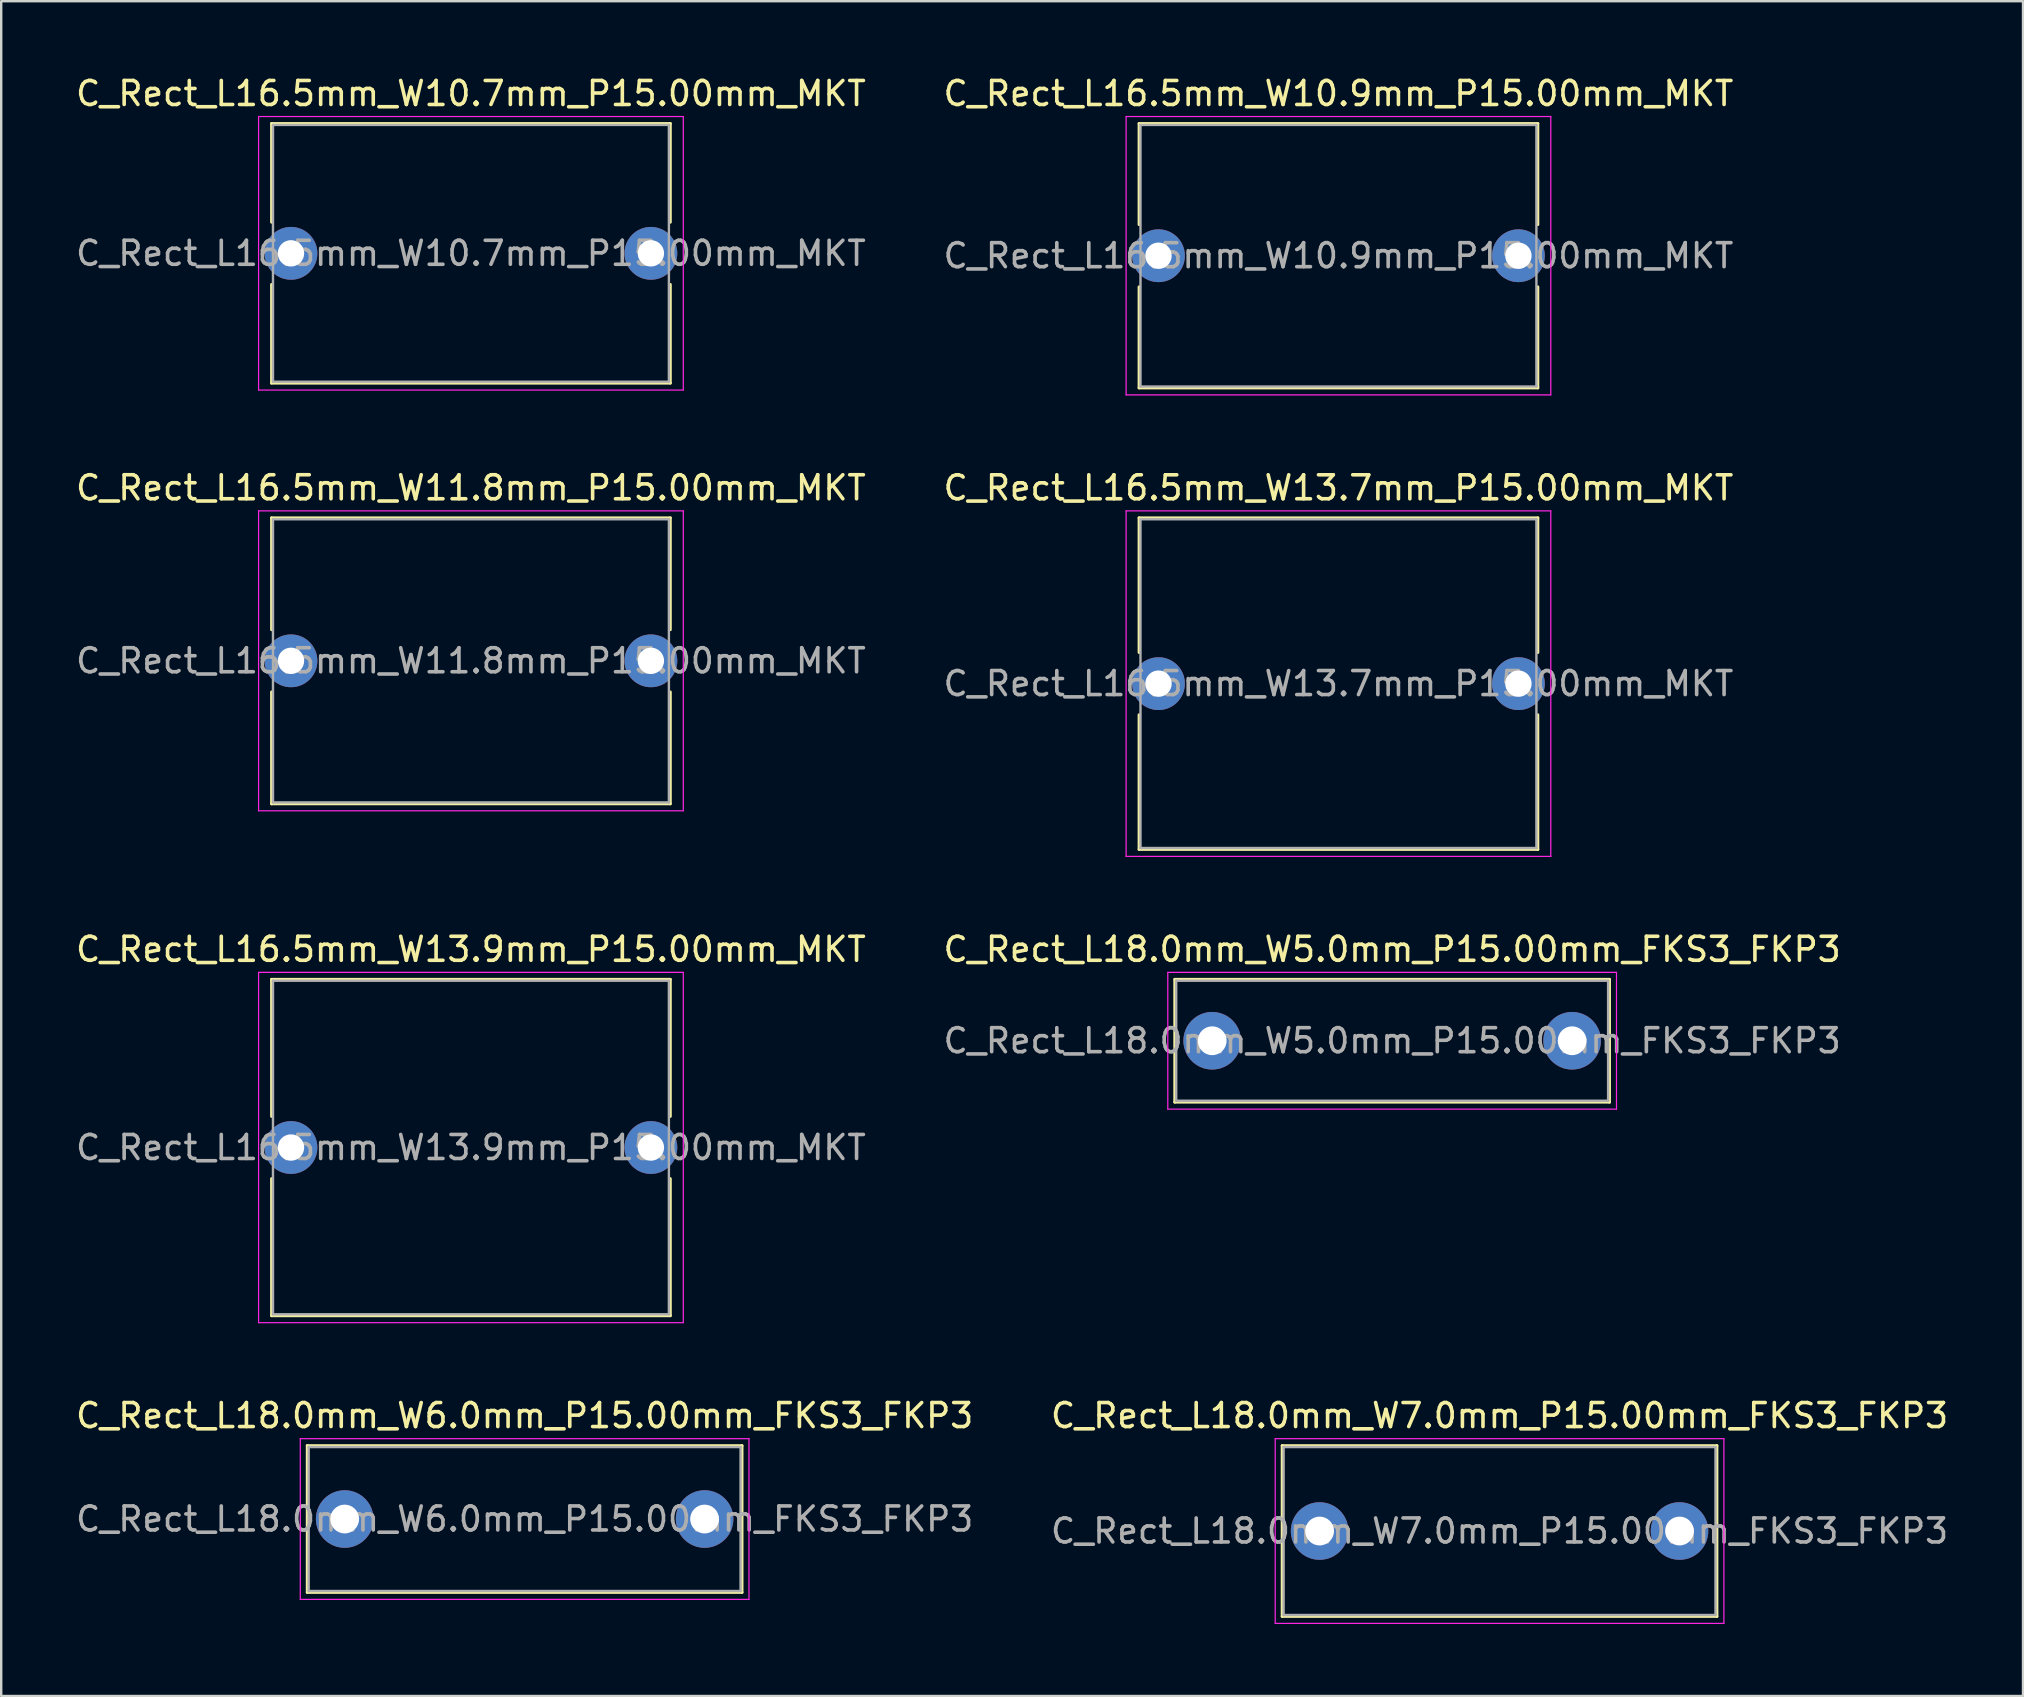
<source format=kicad_pcb>
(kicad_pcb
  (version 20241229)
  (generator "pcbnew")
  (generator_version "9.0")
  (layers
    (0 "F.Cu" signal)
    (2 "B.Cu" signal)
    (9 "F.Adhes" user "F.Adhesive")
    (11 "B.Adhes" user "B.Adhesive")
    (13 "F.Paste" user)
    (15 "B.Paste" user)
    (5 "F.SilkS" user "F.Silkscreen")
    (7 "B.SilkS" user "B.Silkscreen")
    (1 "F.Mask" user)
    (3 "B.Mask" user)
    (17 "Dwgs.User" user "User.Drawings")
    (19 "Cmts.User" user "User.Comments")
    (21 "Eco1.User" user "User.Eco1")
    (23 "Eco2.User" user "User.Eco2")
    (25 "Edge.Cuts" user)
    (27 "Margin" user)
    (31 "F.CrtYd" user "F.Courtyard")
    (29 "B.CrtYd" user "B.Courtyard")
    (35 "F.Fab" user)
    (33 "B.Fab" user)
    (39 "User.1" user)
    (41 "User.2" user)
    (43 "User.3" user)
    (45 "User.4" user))
  (footprint "C_Rect_L16.5mm_W13.9mm_P15.00mm_MKT"
    (layer "F.Cu")
    (at 9.077 44.775)
    (property "Reference" "C_Rect_L16.5mm_W13.9mm_P15.00mm_MKT" (at 7.5 -8.26 0) (layer "F.SilkS") (effects (font (size 1 1) (thickness 0.15))))
    (attr through_hole)
    (fp_line (start -0.81 -7.01) (end -0.81 -1.296) (stroke (width 0.12) (type solid)) (layer "F.SilkS"))
    (fp_line (start -0.81 -7.01) (end 15.81 -7.01) (stroke (width 0.12) (type solid)) (layer "F.SilkS"))
    (fp_line (start -0.81 1.296) (end -0.81 7.01) (stroke (width 0.12) (type solid)) (layer "F.SilkS"))
    (fp_line (start -0.81 7.01) (end 15.81 7.01) (stroke (width 0.12) (type solid)) (layer "F.SilkS"))
    (fp_line (start 15.81 -7.01) (end 15.81 -1.296) (stroke (width 0.12) (type solid)) (layer "F.SilkS"))
    (fp_line (start 15.81 1.296) (end 15.81 7.01) (stroke (width 0.12) (type solid)) (layer "F.SilkS"))
    (fp_line (start -1.35 -7.3) (end -1.35 7.3) (stroke (width 0.05) (type solid)) (layer "F.CrtYd"))
    (fp_line (start -1.35 7.3) (end 16.35 7.3) (stroke (width 0.05) (type solid)) (layer "F.CrtYd"))
    (fp_line (start 16.35 -7.3) (end -1.35 -7.3) (stroke (width 0.05) (type solid)) (layer "F.CrtYd"))
    (fp_line (start 16.35 7.3) (end 16.35 -7.3) (stroke (width 0.05) (type solid)) (layer "F.CrtYd"))
    (fp_line (start -0.75 -6.95) (end -0.75 6.95) (stroke (width 0.1) (type solid)) (layer "F.Fab"))
    (fp_line (start -0.75 6.95) (end 15.75 6.95) (stroke (width 0.1) (type solid)) (layer "F.Fab"))
    (fp_line (start 15.75 -6.95) (end -0.75 -6.95) (stroke (width 0.1) (type solid)) (layer "F.Fab"))
    (fp_line (start 15.75 6.95) (end 15.75 -6.95) (stroke (width 0.1) (type solid)) (layer "F.Fab"))
    (fp_text user "${REFERENCE}" (at 7.5 0 0) (layer "F.Fab") (effects (font (size 1 1) (thickness 0.15))))
    (pad "1" thru_hole circle (at 0 0) (size 2.2 2.2) (drill 1.1) (layers "*.Cu" "*.Mask"))
    (pad "2" thru_hole circle (at 15 0) (size 2.2 2.2) (drill 1.1) (layers "*.Cu" "*.Mask")))
  (footprint "C_Rect_L18.0mm_W5.0mm_P15.00mm_FKS3_FKP3"
    (layer "F.Cu")
    (at 47.47 40.325)
    (property "Reference" "C_Rect_L18.0mm_W5.0mm_P15.00mm_FKS3_FKP3" (at 7.5 -3.81 0) (layer "F.SilkS") (effects (font (size 1 1) (thickness 0.15))))
    (attr through_hole)
    (fp_line (start -1.56 -2.56) (end -1.56 2.56) (stroke (width 0.12) (type solid)) (layer "F.SilkS"))
    (fp_line (start -1.56 -2.56) (end 16.56 -2.56) (stroke (width 0.12) (type solid)) (layer "F.SilkS"))
    (fp_line (start -1.56 2.56) (end 16.56 2.56) (stroke (width 0.12) (type solid)) (layer "F.SilkS"))
    (fp_line (start 16.56 -2.56) (end 16.56 2.56) (stroke (width 0.12) (type solid)) (layer "F.SilkS"))
    (fp_line (start -1.85 -2.85) (end -1.85 2.85) (stroke (width 0.05) (type solid)) (layer "F.CrtYd"))
    (fp_line (start -1.85 2.85) (end 16.85 2.85) (stroke (width 0.05) (type solid)) (layer "F.CrtYd"))
    (fp_line (start 16.85 -2.85) (end -1.85 -2.85) (stroke (width 0.05) (type solid)) (layer "F.CrtYd"))
    (fp_line (start 16.85 2.85) (end 16.85 -2.85) (stroke (width 0.05) (type solid)) (layer "F.CrtYd"))
    (fp_line (start -1.5 -2.5) (end -1.5 2.5) (stroke (width 0.1) (type solid)) (layer "F.Fab"))
    (fp_line (start -1.5 2.5) (end 16.5 2.5) (stroke (width 0.1) (type solid)) (layer "F.Fab"))
    (fp_line (start 16.5 -2.5) (end -1.5 -2.5) (stroke (width 0.1) (type solid)) (layer "F.Fab"))
    (fp_line (start 16.5 2.5) (end 16.5 -2.5) (stroke (width 0.1) (type solid)) (layer "F.Fab"))
    (fp_text user "${REFERENCE}" (at 7.5 0 0) (layer "F.Fab") (effects (font (size 1 1) (thickness 0.15))))
    (pad "1" thru_hole circle (at 0 0) (size 2.4 2.4) (drill 1.2) (layers "*.Cu" "*.Mask"))
    (pad "2" thru_hole circle (at 15 0) (size 2.4 2.4) (drill 1.2) (layers "*.Cu" "*.Mask")))
  (footprint "C_Rect_L16.5mm_W13.7mm_P15.00mm_MKT"
    (layer "F.Cu")
    (at 45.232 25.442)
    (property "Reference" "C_Rect_L16.5mm_W13.7mm_P15.00mm_MKT" (at 7.5 -8.16 0) (layer "F.SilkS") (effects (font (size 1 1) (thickness 0.15))))
    (attr through_hole)
    (fp_line (start -0.81 -6.91) (end -0.81 -1.296) (stroke (width 0.12) (type solid)) (layer "F.SilkS"))
    (fp_line (start -0.81 -6.91) (end 15.81 -6.91) (stroke (width 0.12) (type solid)) (layer "F.SilkS"))
    (fp_line (start -0.81 1.296) (end -0.81 6.91) (stroke (width 0.12) (type solid)) (layer "F.SilkS"))
    (fp_line (start -0.81 6.91) (end 15.81 6.91) (stroke (width 0.12) (type solid)) (layer "F.SilkS"))
    (fp_line (start 15.81 -6.91) (end 15.81 -1.296) (stroke (width 0.12) (type solid)) (layer "F.SilkS"))
    (fp_line (start 15.81 1.296) (end 15.81 6.91) (stroke (width 0.12) (type solid)) (layer "F.SilkS"))
    (fp_line (start -1.35 -7.2) (end -1.35 7.2) (stroke (width 0.05) (type solid)) (layer "F.CrtYd"))
    (fp_line (start -1.35 7.2) (end 16.35 7.2) (stroke (width 0.05) (type solid)) (layer "F.CrtYd"))
    (fp_line (start 16.35 -7.2) (end -1.35 -7.2) (stroke (width 0.05) (type solid)) (layer "F.CrtYd"))
    (fp_line (start 16.35 7.2) (end 16.35 -7.2) (stroke (width 0.05) (type solid)) (layer "F.CrtYd"))
    (fp_line (start -0.75 -6.85) (end -0.75 6.85) (stroke (width 0.1) (type solid)) (layer "F.Fab"))
    (fp_line (start -0.75 6.85) (end 15.75 6.85) (stroke (width 0.1) (type solid)) (layer "F.Fab"))
    (fp_line (start 15.75 -6.85) (end -0.75 -6.85) (stroke (width 0.1) (type solid)) (layer "F.Fab"))
    (fp_line (start 15.75 6.85) (end 15.75 -6.85) (stroke (width 0.1) (type solid)) (layer "F.Fab"))
    (fp_text user "${REFERENCE}" (at 7.5 0 0) (layer "F.Fab") (effects (font (size 1 1) (thickness 0.15))))
    (pad "1" thru_hole circle (at 0 0) (size 2.2 2.2) (drill 1.1) (layers "*.Cu" "*.Mask"))
    (pad "2" thru_hole circle (at 15 0) (size 2.2 2.2) (drill 1.1) (layers "*.Cu" "*.Mask")))
  (footprint "C_Rect_L16.5mm_W10.7mm_P15.00mm_MKT"
    (layer "F.Cu")
    (at 9.077 7.508)
    (property "Reference" "C_Rect_L16.5mm_W10.7mm_P15.00mm_MKT" (at 7.5 -6.66 0) (layer "F.SilkS") (effects (font (size 1 1) (thickness 0.15))))
    (attr through_hole)
    (fp_line (start -0.81 -5.41) (end -0.81 -1.296) (stroke (width 0.12) (type solid)) (layer "F.SilkS"))
    (fp_line (start -0.81 -5.41) (end 15.81 -5.41) (stroke (width 0.12) (type solid)) (layer "F.SilkS"))
    (fp_line (start -0.81 1.296) (end -0.81 5.41) (stroke (width 0.12) (type solid)) (layer "F.SilkS"))
    (fp_line (start -0.81 5.41) (end 15.81 5.41) (stroke (width 0.12) (type solid)) (layer "F.SilkS"))
    (fp_line (start 15.81 -5.41) (end 15.81 -1.296) (stroke (width 0.12) (type solid)) (layer "F.SilkS"))
    (fp_line (start 15.81 1.296) (end 15.81 5.41) (stroke (width 0.12) (type solid)) (layer "F.SilkS"))
    (fp_line (start -1.35 -5.7) (end -1.35 5.7) (stroke (width 0.05) (type solid)) (layer "F.CrtYd"))
    (fp_line (start -1.35 5.7) (end 16.35 5.7) (stroke (width 0.05) (type solid)) (layer "F.CrtYd"))
    (fp_line (start 16.35 -5.7) (end -1.35 -5.7) (stroke (width 0.05) (type solid)) (layer "F.CrtYd"))
    (fp_line (start 16.35 5.7) (end 16.35 -5.7) (stroke (width 0.05) (type solid)) (layer "F.CrtYd"))
    (fp_line (start -0.75 -5.35) (end -0.75 5.35) (stroke (width 0.1) (type solid)) (layer "F.Fab"))
    (fp_line (start -0.75 5.35) (end 15.75 5.35) (stroke (width 0.1) (type solid)) (layer "F.Fab"))
    (fp_line (start 15.75 -5.35) (end -0.75 -5.35) (stroke (width 0.1) (type solid)) (layer "F.Fab"))
    (fp_line (start 15.75 5.35) (end 15.75 -5.35) (stroke (width 0.1) (type solid)) (layer "F.Fab"))
    (fp_text user "${REFERENCE}" (at 7.5 0 0) (layer "F.Fab") (effects (font (size 1 1) (thickness 0.15))))
    (pad "1" thru_hole circle (at 0 0) (size 2.2 2.2) (drill 1.1) (layers "*.Cu" "*.Mask"))
    (pad "2" thru_hole circle (at 15 0) (size 2.2 2.2) (drill 1.1) (layers "*.Cu" "*.Mask")))
  (footprint "C_Rect_L16.5mm_W10.9mm_P15.00mm_MKT"
    (layer "F.Cu")
    (at 45.232 7.608)
    (property "Reference" "C_Rect_L16.5mm_W10.9mm_P15.00mm_MKT" (at 7.5 -6.76 0) (layer "F.SilkS") (effects (font (size 1 1) (thickness 0.15))))
    (attr through_hole)
    (fp_line (start -0.81 -5.51) (end -0.81 -1.296) (stroke (width 0.12) (type solid)) (layer "F.SilkS"))
    (fp_line (start -0.81 -5.51) (end 15.81 -5.51) (stroke (width 0.12) (type solid)) (layer "F.SilkS"))
    (fp_line (start -0.81 1.296) (end -0.81 5.51) (stroke (width 0.12) (type solid)) (layer "F.SilkS"))
    (fp_line (start -0.81 5.51) (end 15.81 5.51) (stroke (width 0.12) (type solid)) (layer "F.SilkS"))
    (fp_line (start 15.81 -5.51) (end 15.81 -1.296) (stroke (width 0.12) (type solid)) (layer "F.SilkS"))
    (fp_line (start 15.81 1.296) (end 15.81 5.51) (stroke (width 0.12) (type solid)) (layer "F.SilkS"))
    (fp_line (start -1.35 -5.8) (end -1.35 5.8) (stroke (width 0.05) (type solid)) (layer "F.CrtYd"))
    (fp_line (start -1.35 5.8) (end 16.35 5.8) (stroke (width 0.05) (type solid)) (layer "F.CrtYd"))
    (fp_line (start 16.35 -5.8) (end -1.35 -5.8) (stroke (width 0.05) (type solid)) (layer "F.CrtYd"))
    (fp_line (start 16.35 5.8) (end 16.35 -5.8) (stroke (width 0.05) (type solid)) (layer "F.CrtYd"))
    (fp_line (start -0.75 -5.45) (end -0.75 5.45) (stroke (width 0.1) (type solid)) (layer "F.Fab"))
    (fp_line (start -0.75 5.45) (end 15.75 5.45) (stroke (width 0.1) (type solid)) (layer "F.Fab"))
    (fp_line (start 15.75 -5.45) (end -0.75 -5.45) (stroke (width 0.1) (type solid)) (layer "F.Fab"))
    (fp_line (start 15.75 5.45) (end 15.75 -5.45) (stroke (width 0.1) (type solid)) (layer "F.Fab"))
    (fp_text user "${REFERENCE}" (at 7.5 0 0) (layer "F.Fab") (effects (font (size 1 1) (thickness 0.15))))
    (pad "1" thru_hole circle (at 0 0) (size 2.2 2.2) (drill 1.1) (layers "*.Cu" "*.Mask"))
    (pad "2" thru_hole circle (at 15 0) (size 2.2 2.2) (drill 1.1) (layers "*.Cu" "*.Mask")))
  (footprint "C_Rect_L16.5mm_W11.8mm_P15.00mm_MKT"
    (layer "F.Cu")
    (at 9.077 24.491)
    (property "Reference" "C_Rect_L16.5mm_W11.8mm_P15.00mm_MKT" (at 7.5 -7.21 0) (layer "F.SilkS") (effects (font (size 1 1) (thickness 0.15))))
    (attr through_hole)
    (fp_line (start -0.81 -5.96) (end -0.81 -1.296) (stroke (width 0.12) (type solid)) (layer "F.SilkS"))
    (fp_line (start -0.81 -5.96) (end 15.81 -5.96) (stroke (width 0.12) (type solid)) (layer "F.SilkS"))
    (fp_line (start -0.81 1.296) (end -0.81 5.96) (stroke (width 0.12) (type solid)) (layer "F.SilkS"))
    (fp_line (start -0.81 5.96) (end 15.81 5.96) (stroke (width 0.12) (type solid)) (layer "F.SilkS"))
    (fp_line (start 15.81 -5.96) (end 15.81 -1.296) (stroke (width 0.12) (type solid)) (layer "F.SilkS"))
    (fp_line (start 15.81 1.296) (end 15.81 5.96) (stroke (width 0.12) (type solid)) (layer "F.SilkS"))
    (fp_line (start -1.35 -6.25) (end -1.35 6.25) (stroke (width 0.05) (type solid)) (layer "F.CrtYd"))
    (fp_line (start -1.35 6.25) (end 16.35 6.25) (stroke (width 0.05) (type solid)) (layer "F.CrtYd"))
    (fp_line (start 16.35 -6.25) (end -1.35 -6.25) (stroke (width 0.05) (type solid)) (layer "F.CrtYd"))
    (fp_line (start 16.35 6.25) (end 16.35 -6.25) (stroke (width 0.05) (type solid)) (layer "F.CrtYd"))
    (fp_line (start -0.75 -5.9) (end -0.75 5.9) (stroke (width 0.1) (type solid)) (layer "F.Fab"))
    (fp_line (start -0.75 5.9) (end 15.75 5.9) (stroke (width 0.1) (type solid)) (layer "F.Fab"))
    (fp_line (start 15.75 -5.9) (end -0.75 -5.9) (stroke (width 0.1) (type solid)) (layer "F.Fab"))
    (fp_line (start 15.75 5.9) (end 15.75 -5.9) (stroke (width 0.1) (type solid)) (layer "F.Fab"))
    (fp_text user "${REFERENCE}" (at 7.5 0 0) (layer "F.Fab") (effects (font (size 1 1) (thickness 0.15))))
    (pad "1" thru_hole circle (at 0 0) (size 2.2 2.2) (drill 1.1) (layers "*.Cu" "*.Mask"))
    (pad "2" thru_hole circle (at 15 0) (size 2.2 2.2) (drill 1.1) (layers "*.Cu" "*.Mask")))
  (footprint "C_Rect_L18.0mm_W7.0mm_P15.00mm_FKS3_FKP3"
    (layer "F.Cu")
    (at 51.946 60.758)
    (property "Reference" "C_Rect_L18.0mm_W7.0mm_P15.00mm_FKS3_FKP3" (at 7.5 -4.81 0) (layer "F.SilkS") (effects (font (size 1 1) (thickness 0.15))))
    (attr through_hole)
    (fp_line (start -1.56 -3.56) (end -1.56 3.56) (stroke (width 0.12) (type solid)) (layer "F.SilkS"))
    (fp_line (start -1.56 -3.56) (end 16.56 -3.56) (stroke (width 0.12) (type solid)) (layer "F.SilkS"))
    (fp_line (start -1.56 3.56) (end 16.56 3.56) (stroke (width 0.12) (type solid)) (layer "F.SilkS"))
    (fp_line (start 16.56 -3.56) (end 16.56 3.56) (stroke (width 0.12) (type solid)) (layer "F.SilkS"))
    (fp_line (start -1.85 -3.85) (end -1.85 3.85) (stroke (width 0.05) (type solid)) (layer "F.CrtYd"))
    (fp_line (start -1.85 3.85) (end 16.85 3.85) (stroke (width 0.05) (type solid)) (layer "F.CrtYd"))
    (fp_line (start 16.85 -3.85) (end -1.85 -3.85) (stroke (width 0.05) (type solid)) (layer "F.CrtYd"))
    (fp_line (start 16.85 3.85) (end 16.85 -3.85) (stroke (width 0.05) (type solid)) (layer "F.CrtYd"))
    (fp_line (start -1.5 -3.5) (end -1.5 3.5) (stroke (width 0.1) (type solid)) (layer "F.Fab"))
    (fp_line (start -1.5 3.5) (end 16.5 3.5) (stroke (width 0.1) (type solid)) (layer "F.Fab"))
    (fp_line (start 16.5 -3.5) (end -1.5 -3.5) (stroke (width 0.1) (type solid)) (layer "F.Fab"))
    (fp_line (start 16.5 3.5) (end 16.5 -3.5) (stroke (width 0.1) (type solid)) (layer "F.Fab"))
    (fp_text user "${REFERENCE}" (at 7.5 0 0) (layer "F.Fab") (effects (font (size 1 1) (thickness 0.15))))
    (pad "1" thru_hole circle (at 0 0) (size 2.4 2.4) (drill 1.2) (layers "*.Cu" "*.Mask"))
    (pad "2" thru_hole circle (at 15 0) (size 2.4 2.4) (drill 1.2) (layers "*.Cu" "*.Mask")))
  (footprint "C_Rect_L18.0mm_W6.0mm_P15.00mm_FKS3_FKP3"
    (layer "F.Cu")
    (at 11.315 60.258)
    (property "Reference" "C_Rect_L18.0mm_W6.0mm_P15.00mm_FKS3_FKP3" (at 7.5 -4.31 0) (layer "F.SilkS") (effects (font (size 1 1) (thickness 0.15))))
    (attr through_hole)
    (fp_line (start -1.56 -3.06) (end -1.56 3.06) (stroke (width 0.12) (type solid)) (layer "F.SilkS"))
    (fp_line (start -1.56 -3.06) (end 16.56 -3.06) (stroke (width 0.12) (type solid)) (layer "F.SilkS"))
    (fp_line (start -1.56 3.06) (end 16.56 3.06) (stroke (width 0.12) (type solid)) (layer "F.SilkS"))
    (fp_line (start 16.56 -3.06) (end 16.56 3.06) (stroke (width 0.12) (type solid)) (layer "F.SilkS"))
    (fp_line (start -1.85 -3.35) (end -1.85 3.35) (stroke (width 0.05) (type solid)) (layer "F.CrtYd"))
    (fp_line (start -1.85 3.35) (end 16.85 3.35) (stroke (width 0.05) (type solid)) (layer "F.CrtYd"))
    (fp_line (start 16.85 -3.35) (end -1.85 -3.35) (stroke (width 0.05) (type solid)) (layer "F.CrtYd"))
    (fp_line (start 16.85 3.35) (end 16.85 -3.35) (stroke (width 0.05) (type solid)) (layer "F.CrtYd"))
    (fp_line (start -1.5 -3) (end -1.5 3) (stroke (width 0.1) (type solid)) (layer "F.Fab"))
    (fp_line (start -1.5 3) (end 16.5 3) (stroke (width 0.1) (type solid)) (layer "F.Fab"))
    (fp_line (start 16.5 -3) (end -1.5 -3) (stroke (width 0.1) (type solid)) (layer "F.Fab"))
    (fp_line (start 16.5 3) (end 16.5 -3) (stroke (width 0.1) (type solid)) (layer "F.Fab"))
    (fp_text user "${REFERENCE}" (at 7.5 0 0) (layer "F.Fab") (effects (font (size 1 1) (thickness 0.15))))
    (pad "1" thru_hole circle (at 0 0) (size 2.4 2.4) (drill 1.2) (layers "*.Cu" "*.Mask"))
    (pad "2" thru_hole circle (at 15 0) (size 2.4 2.4) (drill 1.2) (layers "*.Cu" "*.Mask")))
  (gr_rect
    (start -3 -3)
    (end 81.262 67.633)
    (stroke (width 0.1) (type default))
    (fill no)
    (layer "Edge.Cuts")))
</source>
